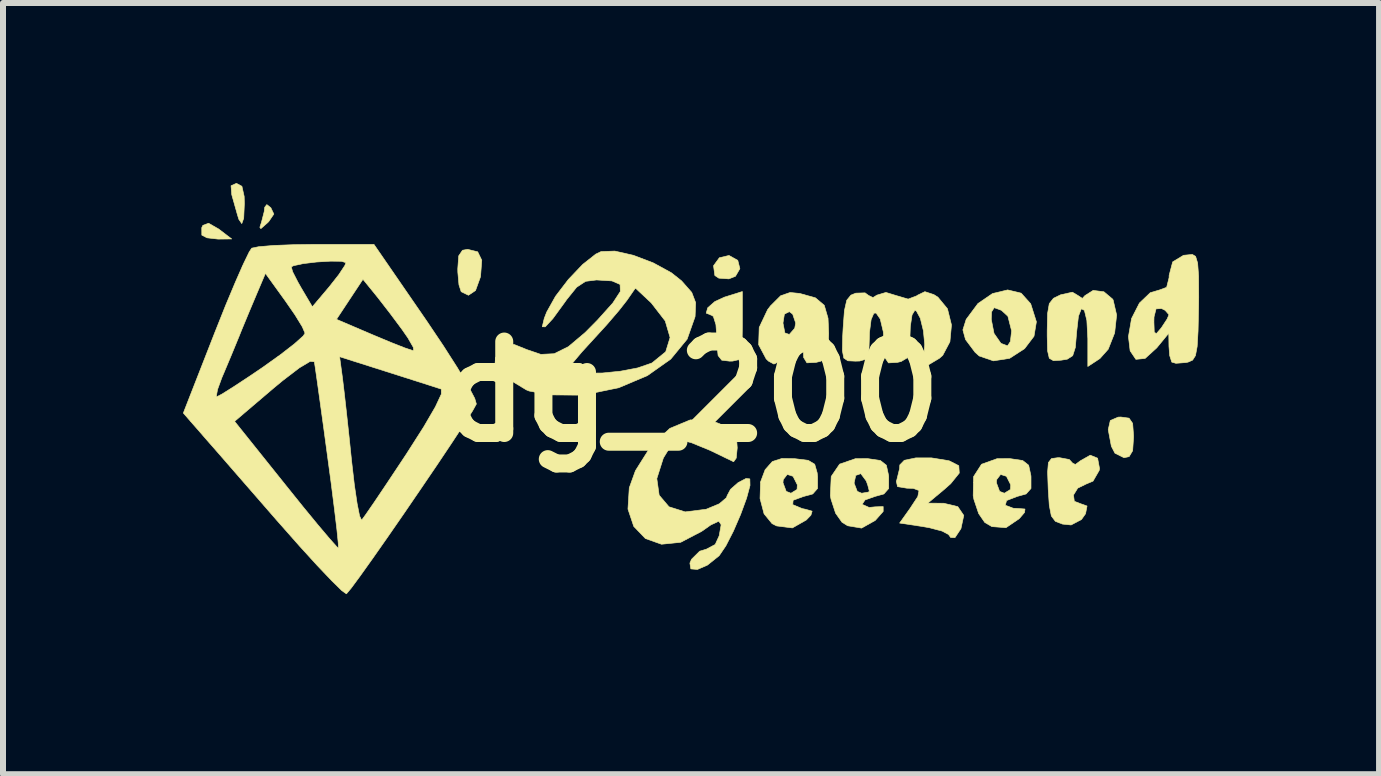
<source format=kicad_pcb>
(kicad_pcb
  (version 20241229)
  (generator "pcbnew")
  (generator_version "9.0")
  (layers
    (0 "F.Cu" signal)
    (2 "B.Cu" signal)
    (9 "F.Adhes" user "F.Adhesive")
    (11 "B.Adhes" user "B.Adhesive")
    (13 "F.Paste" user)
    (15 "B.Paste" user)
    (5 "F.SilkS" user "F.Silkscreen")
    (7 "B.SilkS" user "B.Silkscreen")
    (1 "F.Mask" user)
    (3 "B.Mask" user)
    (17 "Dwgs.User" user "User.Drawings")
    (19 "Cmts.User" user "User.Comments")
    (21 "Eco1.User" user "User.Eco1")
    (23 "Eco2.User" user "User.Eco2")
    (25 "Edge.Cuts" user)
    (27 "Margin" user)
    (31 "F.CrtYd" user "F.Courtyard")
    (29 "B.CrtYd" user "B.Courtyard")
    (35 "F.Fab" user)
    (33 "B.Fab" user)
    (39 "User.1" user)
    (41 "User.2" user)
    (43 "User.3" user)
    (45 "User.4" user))
  (footprint "dg_200"
    (layer "F.Cu")
    (at 8.473 3.476)
    (property "Reference" "dg_200" (at 0 0 0) (layer "F.SilkS") (effects (font (size 1.524 1.524) (thickness 0.3))))
    (attr through_hole)
    (fp_poly (pts (xy -7.873 -2.706) (xy -7.873 -2.705) (xy -7.662 -2.544) (xy -7.89 -2.542) (xy -8.073 -2.563) (xy -8.16 -2.608) (xy -8.161 -2.732) (xy -8.142 -2.771) (xy -8.047 -2.806) (xy -7.873 -2.706)) (stroke (width 0.01) (type solid)) (fill yes) (layer "F.SilkS"))
    (fp_poly (pts (xy 0.771 -2.188) (xy 0.806 -2.049) (xy 0.732 -1.922) (xy 0.622 -1.879) (xy 0.455 -1.891) (xy 0.389 -1.935) (xy 0.367 -2.098) (xy 0.464 -2.231) (xy 0.625 -2.269) (xy 0.771 -2.188)) (stroke (width 0.01) (type solid)) (fill yes) (layer "F.SilkS"))
    (fp_poly (pts (xy -7.01 -3.064) (xy -6.96 -2.959) (xy -7.046 -2.832) (xy -7.064 -2.815) (xy -7.176 -2.716) (xy -7.193 -2.738) (xy -7.166 -2.822) (xy -7.12 -3.001) (xy -7.112 -3.072) (xy -7.077 -3.117) (xy -7.01 -3.064)) (stroke (width 0.01) (type solid)) (fill yes) (layer "F.SilkS"))
    (fp_poly (pts (xy -7.492 -3.422) (xy -7.454 -3.252) (xy -7.451 -3.133) (xy -7.462 -2.889) (xy -7.494 -2.8) (xy -7.543 -2.871) (xy -7.565 -2.942) (xy -7.623 -3.147) (xy -7.661 -3.281) (xy -7.673 -3.431) (xy -7.583 -3.471) (xy -7.492 -3.422)) (stroke (width 0.01) (type solid)) (fill yes) (layer "F.SilkS"))
    (fp_poly (pts (xy -3.563 -2.33) (xy -3.495 -2.19) (xy -3.515 -1.925) (xy -3.519 -1.906) (xy -3.599 -1.685) (xy -3.717 -1.606) (xy -3.838 -1.665) (xy -3.875 -1.779) (xy -3.894 -1.991) (xy -3.895 -2.046) (xy -3.879 -2.263) (xy -3.816 -2.356) (xy -3.73 -2.371) (xy -3.563 -2.33)) (stroke (width 0.01) (type solid)) (fill yes) (layer "F.SilkS"))
    (fp_poly (pts (xy 7.291 0.442) (xy 7.351 0.529) (xy 7.366 0.733) (xy 7.366 0.762) (xy 7.351 0.985) (xy 7.292 1.083) (xy 7.207 1.101) (xy 7.056 1.026) (xy 6.996 0.91) (xy 6.944 0.634) (xy 6.979 0.481) (xy 7.11 0.425) (xy 7.154 0.423) (xy 7.291 0.442)) (stroke (width 0.01) (type solid)) (fill yes) (layer "F.SilkS"))
    (fp_poly (pts (xy 0.847 -1.088) (xy 0.843 -0.782) (xy 0.824 -0.609) (xy 0.776 -0.53) (xy 0.685 -0.509) (xy 0.635 -0.508) (xy 0.504 -0.524) (xy 0.443 -0.601) (xy 0.424 -0.786) (xy 0.423 -0.889) (xy 0.407 -1.116) (xy 0.364 -1.253) (xy 0.339 -1.27) (xy 0.245 -1.308) (xy 0.27 -1.397) (xy 0.389 -1.501) (xy 0.55 -1.575) (xy 0.847 -1.668) (xy 0.847 -1.088)) (stroke (width 0.01) (type solid)) (fill yes) (layer "F.SilkS"))
    (fp_poly (pts (xy 6.767 1.109) (xy 6.799 1.281) (xy 6.794 1.312) (xy 6.691 1.491) (xy 6.575 1.54) (xy 6.436 1.608) (xy 6.365 1.723) (xy 6.379 1.827) (xy 6.471 1.863) (xy 6.591 1.906) (xy 6.566 2.035) (xy 6.498 2.131) (xy 6.325 2.222) (xy 6.181 2.207) (xy 6.063 2.161) (xy 5.996 2.072) (xy 5.962 1.896) (xy 5.944 1.626) (xy 5.934 1.339) (xy 5.947 1.182) (xy 5.999 1.115) (xy 6.103 1.101) (xy 6.134 1.101) (xy 6.295 1.131) (xy 6.35 1.191) (xy 6.397 1.214) (xy 6.479 1.153) (xy 6.645 1.059) (xy 6.767 1.109)) (stroke (width 0.01) (type solid)) (fill yes) (layer "F.SilkS"))
    (fp_poly (pts (xy 5.493 -1.641) (xy 5.652 -1.464) (xy 5.747 -1.164) (xy 5.707 -0.923) (xy 5.55 -0.716) (xy 5.301 -0.555) (xy 5.031 -0.513) (xy 4.794 -0.594) (xy 4.725 -0.656) (xy 4.566 -0.868) (xy 4.522 -1.029) (xy 4.575 -1.198) (xy 4.578 -1.205) (xy 4.578 -1.205) (xy 4.995 -1.205) (xy 5.041 -0.97) (xy 5.156 -0.805) (xy 5.266 -0.762) (xy 5.314 -0.836) (xy 5.334 -1.013) (xy 5.334 -1.013) (xy 5.272 -1.256) (xy 5.165 -1.355) (xy 5.044 -1.399) (xy 5 -1.329) (xy 4.995 -1.205) (xy 4.578 -1.205) (xy 4.773 -1.468) (xy 5.015 -1.634) (xy 5.268 -1.695) (xy 5.493 -1.641)) (stroke (width 0.01) (type solid)) (fill yes) (layer "F.SilkS"))
    (fp_poly (pts (xy 3.998 1.104) (xy 4.276 1.149) (xy 4.297 1.154) (xy 4.454 1.234) (xy 4.462 1.357) (xy 4.319 1.534) (xy 4.213 1.628) (xy 3.937 1.858) (xy 4.203 1.86) (xy 4.437 1.916) (xy 4.537 2.063) (xy 4.49 2.282) (xy 4.484 2.292) (xy 4.39 2.433) (xy 4.319 2.431) (xy 4.282 2.38) (xy 4.177 2.324) (xy 3.965 2.268) (xy 3.852 2.248) (xy 3.468 2.19) (xy 3.639 1.95) (xy 3.771 1.749) (xy 3.791 1.648) (xy 3.696 1.612) (xy 3.589 1.609) (xy 3.433 1.583) (xy 3.413 1.494) (xy 3.42 1.475) (xy 3.467 1.284) (xy 3.471 1.221) (xy 3.546 1.144) (xy 3.738 1.104) (xy 3.998 1.104)) (stroke (width 0.01) (type solid)) (fill yes) (layer "F.SilkS"))
    (fp_poly (pts (xy 6.872 -1.664) (xy 7.017 -1.542) (xy 7.026 -1.527) (xy 7.084 -1.276) (xy 7.051 -0.978) (xy 6.944 -0.707) (xy 6.805 -0.551) (xy 6.604 -0.419) (xy 6.604 -0.882) (xy 6.588 -1.185) (xy 6.547 -1.354) (xy 6.496 -1.381) (xy 6.448 -1.258) (xy 6.418 -0.997) (xy 6.396 -0.736) (xy 6.352 -0.599) (xy 6.262 -0.541) (xy 6.16 -0.524) (xy 6.031 -0.516) (xy 5.962 -0.556) (xy 5.933 -0.68) (xy 5.927 -0.927) (xy 5.927 -1.012) (xy 5.933 -1.301) (xy 5.962 -1.467) (xy 6.032 -1.556) (xy 6.152 -1.614) (xy 6.347 -1.657) (xy 6.438 -1.603) (xy 6.513 -1.553) (xy 6.556 -1.6) (xy 6.693 -1.687) (xy 6.872 -1.664)) (stroke (width 0.01) (type solid)) (fill yes) (layer "F.SilkS"))
    (fp_poly (pts (xy 1.719 1.117) (xy 1.945 1.145) (xy 2.053 1.21) (xy 2.094 1.353) (xy 2.101 1.419) (xy 2.101 1.613) (xy 2.02 1.705) (xy 1.863 1.748) (xy 1.693 1.81) (xy 1.687 1.883) (xy 1.841 1.948) (xy 1.899 1.96) (xy 2.01 1.992) (xy 1.99 2.058) (xy 1.914 2.138) (xy 1.681 2.271) (xy 1.419 2.238) (xy 1.343 2.2) (xy 1.209 2.036) (xy 1.142 1.781) (xy 1.15 1.517) (xy 1.524 1.517) (xy 1.578 1.662) (xy 1.657 1.693) (xy 1.759 1.63) (xy 1.763 1.552) (xy 1.692 1.411) (xy 1.595 1.38) (xy 1.529 1.466) (xy 1.524 1.517) (xy 1.15 1.517) (xy 1.15 1.506) (xy 1.227 1.301) (xy 1.347 1.165) (xy 1.505 1.114) (xy 1.719 1.117)) (stroke (width 0.01) (type solid)) (fill yes) (layer "F.SilkS"))
    (fp_poly (pts (xy 1.804 -1.636) (xy 2.065 -1.563) (xy 2.212 -1.439) (xy 2.275 -1.223) (xy 2.286 -0.973) (xy 2.279 -0.711) (xy 2.243 -0.571) (xy 2.158 -0.508) (xy 2.074 -0.487) (xy 1.923 -0.48) (xy 1.868 -0.57) (xy 1.863 -0.69) (xy 1.863 -0.934) (xy 1.625 -0.668) (xy 1.47 -0.506) (xy 1.373 -0.459) (xy 1.282 -0.509) (xy 1.244 -0.546) (xy 1.119 -0.781) (xy 1.128 -1.069) (xy 1.163 -1.143) (xy 1.524 -1.143) (xy 1.556 -0.978) (xy 1.63 -0.953) (xy 1.72 -1.056) (xy 1.736 -1.143) (xy 1.686 -1.291) (xy 1.63 -1.333) (xy 1.548 -1.292) (xy 1.524 -1.143) (xy 1.163 -1.143) (xy 1.268 -1.366) (xy 1.317 -1.43) (xy 1.486 -1.598) (xy 1.643 -1.652) (xy 1.804 -1.636)) (stroke (width 0.01) (type solid)) (fill yes) (layer "F.SilkS"))
    (fp_poly (pts (xy 5.519 1.148) (xy 5.618 1.226) (xy 5.655 1.396) (xy 5.657 1.419) (xy 5.657 1.614) (xy 5.576 1.705) (xy 5.425 1.747) (xy 5.25 1.815) (xy 5.229 1.893) (xy 5.361 1.943) (xy 5.437 1.947) (xy 5.557 1.956) (xy 5.55 2.013) (xy 5.461 2.117) (xy 5.24 2.267) (xy 5.005 2.249) (xy 4.887 2.18) (xy 4.785 2.032) (xy 4.706 1.797) (xy 4.694 1.735) (xy 4.698 1.517) (xy 5.08 1.517) (xy 5.134 1.662) (xy 5.213 1.693) (xy 5.315 1.63) (xy 5.319 1.552) (xy 5.248 1.411) (xy 5.151 1.38) (xy 5.085 1.466) (xy 5.08 1.517) (xy 4.698 1.517) (xy 4.7 1.417) (xy 4.833 1.21) (xy 5.092 1.117) (xy 5.305 1.116) (xy 5.519 1.148)) (stroke (width 0.01) (type solid)) (fill yes) (layer "F.SilkS"))
    (fp_poly (pts (xy 3.148 1.148) (xy 3.247 1.226) (xy 3.284 1.396) (xy 3.286 1.419) (xy 3.286 1.614) (xy 3.206 1.705) (xy 3.055 1.747) (xy 2.892 1.805) (xy 2.845 1.875) (xy 2.847 1.88) (xy 2.96 1.93) (xy 3.058 1.92) (xy 3.194 1.915) (xy 3.194 1.997) (xy 3.062 2.146) (xy 2.834 2.274) (xy 2.602 2.235) (xy 2.508 2.177) (xy 2.401 2.026) (xy 2.324 1.79) (xy 2.314 1.732) (xy 2.323 1.524) (xy 2.709 1.524) (xy 2.762 1.662) (xy 2.836 1.693) (xy 2.949 1.674) (xy 2.963 1.658) (xy 2.937 1.558) (xy 2.912 1.489) (xy 2.821 1.366) (xy 2.737 1.396) (xy 2.709 1.524) (xy 2.323 1.524) (xy 2.328 1.414) (xy 2.468 1.208) (xy 2.732 1.117) (xy 2.934 1.116) (xy 3.148 1.148)) (stroke (width 0.01) (type solid)) (fill yes) (layer "F.SilkS"))
    (fp_poly (pts (xy 8.4 -2.254) (xy 8.434 -2.142) (xy 8.45 -1.924) (xy 8.452 -1.572) (xy 8.45 -1.404) (xy 8.441 -1.009) (xy 8.426 -0.752) (xy 8.398 -0.601) (xy 8.35 -0.525) (xy 8.275 -0.492) (xy 8.241 -0.485) (xy 8.072 -0.472) (xy 8.003 -0.492) (xy 7.968 -0.601) (xy 7.956 -0.755) (xy 7.953 -0.974) (xy 7.752 -0.729) (xy 7.558 -0.553) (xy 7.405 -0.538) (xy 7.309 -0.68) (xy 7.281 -0.917) (xy 7.324 -1.166) (xy 7.705 -1.166) (xy 7.711 -0.991) (xy 7.746 -0.966) (xy 7.829 -1.063) (xy 7.926 -1.211) (xy 7.956 -1.282) (xy 7.892 -1.355) (xy 7.832 -1.385) (xy 7.741 -1.379) (xy 7.707 -1.244) (xy 7.705 -1.166) (xy 7.324 -1.166) (xy 7.332 -1.217) (xy 7.464 -1.476) (xy 7.645 -1.649) (xy 7.795 -1.693) (xy 7.917 -1.738) (xy 7.958 -1.899) (xy 7.959 -1.938) (xy 8.018 -2.162) (xy 8.199 -2.272) (xy 8.346 -2.286) (xy 8.4 -2.254)) (stroke (width 0.01) (type solid)) (fill yes) (layer "F.SilkS"))
    (fp_poly (pts (xy 4.038 -1.617) (xy 4.106 -1.574) (xy 4.265 -1.381) (xy 4.332 -1.111) (xy 4.306 -0.831) (xy 4.186 -0.604) (xy 4.13 -0.555) (xy 3.942 -0.443) (xy 3.859 -0.451) (xy 3.867 -0.582) (xy 3.87 -0.592) (xy 3.886 -0.785) (xy 3.864 -1.015) (xy 3.813 -1.222) (xy 3.747 -1.344) (xy 3.721 -1.355) (xy 3.675 -1.279) (xy 3.646 -1.085) (xy 3.641 -0.941) (xy 3.632 -0.69) (xy 3.59 -0.56) (xy 3.493 -0.502) (xy 3.429 -0.487) (xy 3.282 -0.479) (xy 3.225 -0.563) (xy 3.216 -0.71) (xy 3.196 -0.997) (xy 3.145 -1.21) (xy 3.076 -1.31) (xy 3.038 -1.306) (xy 2.993 -1.201) (xy 2.966 -0.989) (xy 2.963 -0.884) (xy 2.955 -0.651) (xy 2.911 -0.542) (xy 2.803 -0.51) (xy 2.731 -0.508) (xy 2.605 -0.514) (xy 2.538 -0.559) (xy 2.514 -0.682) (xy 2.519 -0.92) (xy 2.526 -1.05) (xy 2.548 -1.35) (xy 2.587 -1.523) (xy 2.656 -1.608) (xy 2.737 -1.641) (xy 2.892 -1.646) (xy 2.95 -1.603) (xy 3.024 -1.567) (xy 3.089 -1.608) (xy 3.24 -1.653) (xy 3.417 -1.599) (xy 3.61 -1.542) (xy 3.752 -1.596) (xy 3.765 -1.606) (xy 3.889 -1.666) (xy 4.038 -1.617)) (stroke (width 0.01) (type solid)) (fill yes) (layer "F.SilkS"))
    (fp_poly (pts (xy 0.328 0.483) (xy 0.475 0.538) (xy 0.673 0.661) (xy 0.753 0.812) (xy 0.762 0.937) (xy 0.745 1.108) (xy 0.702 1.168) (xy 0.699 1.167) (xy 0.308 0.978) (xy 0.001 0.852) (xy -0.198 0.799) (xy -0.256 0.805) (xy -0.35 0.912) (xy -0.464 1.098) (xy -0.471 1.112) (xy -0.578 1.449) (xy -0.539 1.726) (xy -0.375 1.919) (xy -0.105 2.004) (xy 0.244 1.96) (xy 0.463 1.869) (xy 0.583 1.767) (xy 0.593 1.735) (xy 0.65 1.628) (xy 0.777 1.516) (xy 0.909 1.447) (xy 0.972 1.454) (xy 0.975 1.563) (xy 0.918 1.775) (xy 0.819 2.045) (xy 0.698 2.325) (xy 0.573 2.569) (xy 0.463 2.731) (xy 0.455 2.739) (xy 0.265 2.891) (xy 0.099 2.963) (xy -0.011 2.954) (xy -0.027 2.857) (xy 0 2.794) (xy 0.136 2.659) (xy 0.248 2.625) (xy 0.395 2.547) (xy 0.461 2.403) (xy 0.494 2.218) (xy 0.455 2.159) (xy 0.322 2.221) (xy 0.168 2.329) (xy -0.181 2.511) (xy -0.5 2.543) (xy -0.768 2.448) (xy -0.962 2.246) (xy -1.059 1.957) (xy -1.037 1.603) (xy -0.934 1.317) (xy -0.67 0.898) (xy -0.36 0.612) (xy -0.021 0.471) (xy 0.328 0.483)) (stroke (width 0.01) (type solid)) (fill yes) (layer "F.SilkS"))
    (fp_poly (pts (xy -0.969 -2.272) (xy -0.636 -2.145) (xy -0.336 -1.981) (xy -0.166 -1.846) (xy 0.004 -1.653) (xy 0.069 -1.483) (xy 0.06 -1.256) (xy 0.058 -1.245) (xy -0.073 -0.874) (xy -0.346 -0.542) (xy -0.735 -0.267) (xy -1.213 -0.065) (xy -1.754 0.046) (xy -1.905 0.058) (xy -2.373 0.054) (xy -2.705 -0.01) (xy -2.752 -0.029) (xy -2.988 -0.172) (xy -3.167 -0.327) (xy -3.223 -0.399) (xy -2.032 -0.399) (xy -1.957 -0.337) (xy -1.761 -0.308) (xy -1.489 -0.31) (xy -1.187 -0.34) (xy -0.898 -0.395) (xy -0.668 -0.474) (xy -0.657 -0.479) (xy -0.43 -0.664) (xy -0.357 -0.902) (xy -0.438 -1.178) (xy -0.671 -1.479) (xy -0.714 -1.519) (xy -0.935 -1.726) (xy -1.078 -1.519) (xy -1.21 -1.351) (xy -1.413 -1.114) (xy -1.626 -0.881) (xy -1.828 -0.66) (xy -1.973 -0.488) (xy -2.032 -0.401) (xy -2.032 -0.399) (xy -3.223 -0.399) (xy -3.274 -0.466) (xy -3.266 -0.566) (xy -3.18 -0.672) (xy -3.068 -0.775) (xy -2.956 -0.786) (xy -2.772 -0.712) (xy -2.752 -0.703) (xy -2.511 -0.621) (xy -2.288 -0.632) (xy -2.052 -0.749) (xy -1.772 -0.985) (xy -1.568 -1.191) (xy -1.312 -1.476) (xy -1.186 -1.669) (xy -1.19 -1.786) (xy -1.326 -1.845) (xy -1.583 -1.861) (xy -1.765 -1.838) (xy -1.914 -1.74) (xy -2.081 -1.533) (xy -2.114 -1.486) (xy -2.311 -1.216) (xy -2.437 -1.08) (xy -2.487 -1.081) (xy -2.454 -1.22) (xy -2.413 -1.326) (xy -2.266 -1.589) (xy -2.052 -1.869) (xy -1.814 -2.119) (xy -1.595 -2.292) (xy -1.507 -2.334) (xy -1.278 -2.342) (xy -0.969 -2.272)) (stroke (width 0.01) (type solid)) (fill yes) (layer "F.SilkS"))
    (fp_poly (pts (xy -4.416 -1.182) (xy -4.139 -0.77) (xy -3.903 -0.401) (xy -3.723 -0.098) (xy -3.612 0.113) (xy -3.585 0.206) (xy -3.648 0.32) (xy -3.789 0.542) (xy -3.991 0.849) (xy -4.235 1.214) (xy -4.507 1.614) (xy -4.787 2.024) (xy -5.061 2.42) (xy -5.311 2.777) (xy -5.52 3.07) (xy -5.671 3.275) (xy -5.748 3.367) (xy -5.752 3.369) (xy -5.827 3.316) (xy -5.993 3.153) (xy -6.234 2.9) (xy -6.531 2.574) (xy -6.865 2.196) (xy -6.912 2.143) (xy -7.266 1.736) (xy -7.597 1.356) (xy -7.883 1.027) (xy -8.103 0.776) (xy -8.233 0.626) (xy -8.235 0.624) (xy -8.348 0.495) (xy -7.614 0.495) (xy -6.759 1.563) (xy -6.471 1.921) (xy -6.222 2.224) (xy -6.029 2.452) (xy -5.911 2.584) (xy -5.883 2.607) (xy -5.887 2.519) (xy -5.91 2.291) (xy -5.951 1.95) (xy -6.005 1.523) (xy -6.062 1.101) (xy -6.128 0.613) (xy -6.188 0.179) (xy -6.237 -0.172) (xy -6.271 -0.409) (xy -6.285 -0.498) (xy -6.355 -0.504) (xy -6.534 -0.397) (xy -6.811 -0.185) (xy -6.961 -0.061) (xy -7.614 0.495) (xy -8.348 0.495) (xy -8.468 0.357) (xy -8.358 0.075) (xy -7.918 0.075) (xy -7.91 0.085) (xy -7.823 0.04) (xy -7.629 -0.082) (xy -7.36 -0.259) (xy -7.149 -0.402) (xy -6.897 -0.582) (xy -5.864 -0.582) (xy -5.816 -0.227) (xy -5.789 -0.002) (xy -5.75 0.343) (xy -5.705 0.76) (xy -5.663 1.166) (xy -5.618 1.555) (xy -5.572 1.866) (xy -5.531 2.072) (xy -5.498 2.141) (xy -5.495 2.139) (xy -5.429 2.049) (xy -5.287 1.843) (xy -5.09 1.55) (xy -4.854 1.195) (xy -4.748 1.035) (xy -4.462 0.587) (xy -4.268 0.254) (xy -4.169 0.042) (xy -4.169 -0.042) (xy -4.169 -0.042) (xy -4.292 -0.082) (xy -4.536 -0.16) (xy -4.859 -0.263) (xy -5.07 -0.33) (xy -5.864 -0.582) (xy -6.897 -0.582) (xy -6.852 -0.614) (xy -6.616 -0.797) (xy -6.471 -0.927) (xy -6.44 -0.974) (xy -6.486 -1.081) (xy -6.562 -1.205) (xy -5.916 -1.205) (xy -5.308 -0.945) (xy -5.011 -0.821) (xy -4.775 -0.728) (xy -4.641 -0.683) (xy -4.63 -0.681) (xy -4.636 -0.739) (xy -4.725 -0.894) (xy -4.824 -1.037) (xy -5.02 -1.3) (xy -5.213 -1.549) (xy -5.281 -1.634) (xy -5.475 -1.872) (xy -5.696 -1.538) (xy -5.916 -1.205) (xy -6.562 -1.205) (xy -6.608 -1.28) (xy -6.77 -1.514) (xy -7.1 -1.971) (xy -7.24 -1.641) (xy -7.364 -1.347) (xy -7.5 -1.019) (xy -7.535 -0.931) (xy -7.663 -0.62) (xy -7.793 -0.31) (xy -7.826 -0.233) (xy -7.898 -0.036) (xy -7.918 0.075) (xy -8.358 0.075) (xy -7.943 -0.986) (xy -7.765 -1.433) (xy -7.601 -1.824) (xy -7.489 -2.079) (xy -6.669 -2.079) (xy -6.647 -1.998) (xy -6.558 -1.824) (xy -6.507 -1.734) (xy -6.318 -1.414) (xy -6.039 -1.744) (xy -5.879 -1.947) (xy -5.777 -2.101) (xy -5.759 -2.149) (xy -5.832 -2.172) (xy -6.014 -2.174) (xy -6.248 -2.16) (xy -6.473 -2.133) (xy -6.633 -2.098) (xy -6.669 -2.079) (xy -7.489 -2.079) (xy -7.465 -2.132) (xy -7.369 -2.33) (xy -7.328 -2.391) (xy -7.212 -2.415) (xy -6.964 -2.436) (xy -6.622 -2.449) (xy -6.265 -2.454) (xy -5.292 -2.454) (xy -4.416 -1.182)) (stroke (width 0.01) (type solid)) (fill yes) (layer "F.SilkS")))
  (gr_rect
    (start -3 -3)
    (end 19.93 9.851)
    (stroke (width 0.1) (type default))
    (fill no)
    (layer "Edge.Cuts")))
</source>
